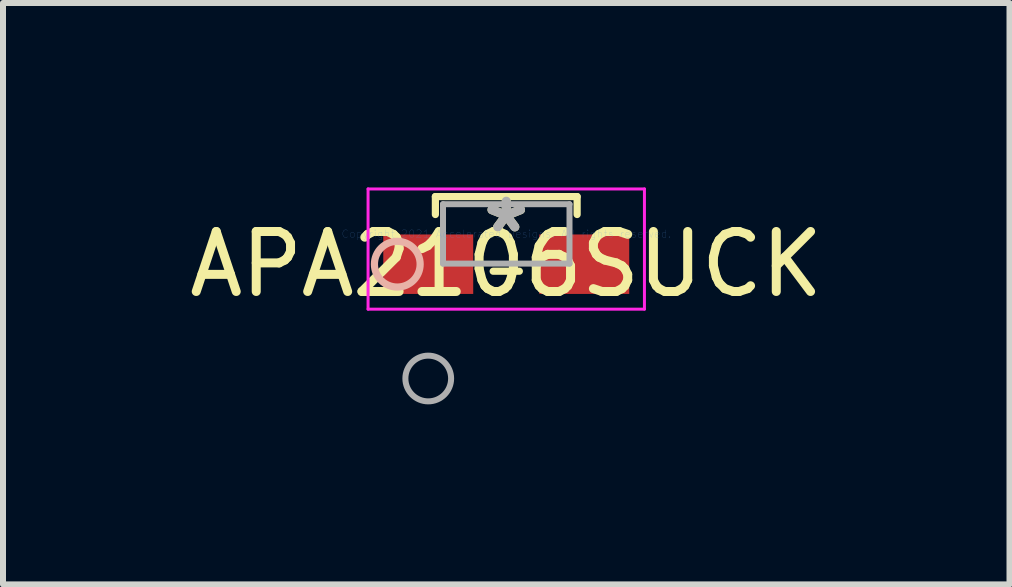
<source format=kicad_pcb>
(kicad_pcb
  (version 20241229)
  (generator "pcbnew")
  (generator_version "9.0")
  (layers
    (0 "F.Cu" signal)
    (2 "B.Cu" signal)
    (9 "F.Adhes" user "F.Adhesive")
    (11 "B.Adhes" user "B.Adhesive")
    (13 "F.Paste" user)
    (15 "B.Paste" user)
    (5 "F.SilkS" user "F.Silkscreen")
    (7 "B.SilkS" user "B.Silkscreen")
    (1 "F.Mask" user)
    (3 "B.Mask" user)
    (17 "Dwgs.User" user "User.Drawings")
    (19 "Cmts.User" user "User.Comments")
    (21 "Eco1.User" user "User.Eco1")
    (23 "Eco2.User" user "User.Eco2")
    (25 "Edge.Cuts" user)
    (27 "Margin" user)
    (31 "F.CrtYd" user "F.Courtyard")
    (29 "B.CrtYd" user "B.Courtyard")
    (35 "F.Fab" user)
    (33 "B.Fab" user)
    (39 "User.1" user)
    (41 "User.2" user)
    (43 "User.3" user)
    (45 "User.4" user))
  (footprint "APA2106SUCK"
    (layer "F.Cu")
    (at 5.387 0.848)
    (property "Reference" "APA2106SUCK" (at 0 0.505 0) (layer "F.SilkS") (effects (font (size 1 1) (thickness 0.15))))
    (attr through_hole)
    (fp_line (start -1.181 -0.622) (end -1.181 -0.323) (stroke (width 0.12) (type solid)) (layer "F.SilkS"))
    (fp_line (start -0.218 0.622) (end 0.218 0.622) (stroke (width 0.12) (type solid)) (layer "F.SilkS"))
    (fp_line (start 1.181 -0.622) (end -1.181 -0.622) (stroke (width 0.12) (type solid)) (layer "F.SilkS"))
    (fp_line (start 1.181 -0.323) (end 1.181 -0.622) (stroke (width 0.12) (type solid)) (layer "F.SilkS"))
    (fp_circle (center -1.816 0.505) (end -1.435 0.505) (stroke (width 0.12) (type solid)) (fill no) (layer "B.SilkS"))
    (fp_line (start -2.303 -0.749) (end -2.303 1.254) (stroke (width 0.05) (type solid)) (layer "F.CrtYd"))
    (fp_line (start -2.303 1.254) (end 2.303 1.254) (stroke (width 0.05) (type solid)) (layer "F.CrtYd"))
    (fp_line (start 2.303 -0.749) (end -2.303 -0.749) (stroke (width 0.05) (type solid)) (layer "F.CrtYd"))
    (fp_line (start 2.303 1.254) (end 2.303 -0.749) (stroke (width 0.05) (type solid)) (layer "F.CrtYd"))
    (fp_line (start -1.054 -0.495) (end -1.054 0.495) (stroke (width 0.1) (type solid)) (layer "F.Fab"))
    (fp_line (start -1.054 0.495) (end 1.054 0.495) (stroke (width 0.1) (type solid)) (layer "F.Fab"))
    (fp_line (start 1.054 -0.495) (end -1.054 -0.495) (stroke (width 0.1) (type solid)) (layer "F.Fab"))
    (fp_line (start 1.054 0.495) (end 1.054 -0.495) (stroke (width 0.1) (type solid)) (layer "F.Fab"))
    (fp_circle (center -1.3 2.41) (end -0.919 2.41) (stroke (width 0.1) (type solid)) (fill no) (layer "F.Fab"))
    (fp_text user "*" (at 0 0 0) (layer "F.SilkS") (effects (font (size 1 1) (thickness 0.15))))
    (fp_text user "Copyright 2021 Accelerated Designs. All rights reserved." (at 0 0 0) (layer "Cmts.User") (effects (font (size 0.127 0.127) (thickness 0.002))))
    (fp_text user "*" (at 0 0 0) (layer "F.Fab") (effects (font (size 1 1) (thickness 0.15))))
    (pad "1" smd rect (at -1.3 0.505) (size 1.499 0.991) (layers "F.Cu" "F.Mask" "F.Paste"))
    (pad "2" smd rect (at 1.3 0.505) (size 1.499 0.991) (layers "F.Cu" "F.Mask" "F.Paste")))
  (gr_rect
    (start -3 -3)
    (end 13.774 6.689)
    (stroke (width 0.1) (type default))
    (fill no)
    (layer "Edge.Cuts")))
</source>
